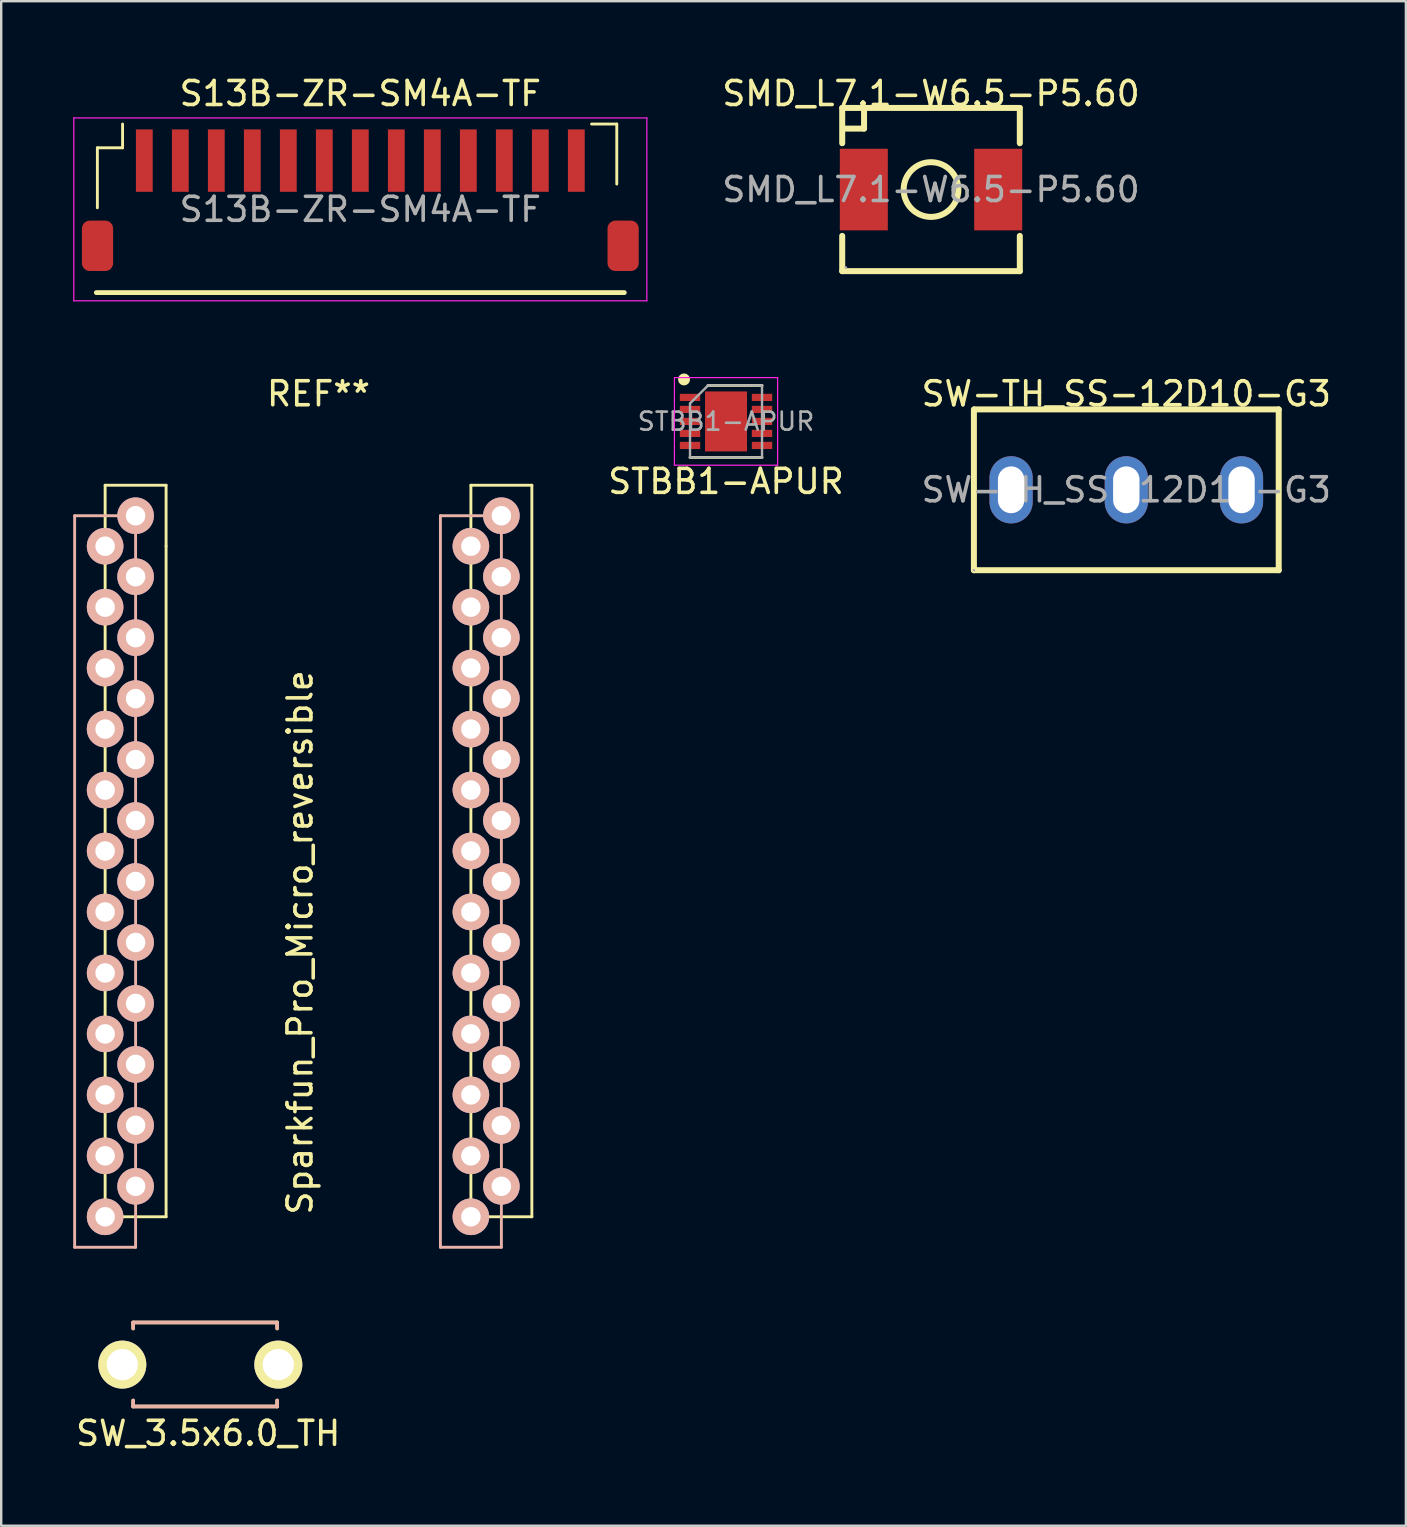
<source format=kicad_pcb>
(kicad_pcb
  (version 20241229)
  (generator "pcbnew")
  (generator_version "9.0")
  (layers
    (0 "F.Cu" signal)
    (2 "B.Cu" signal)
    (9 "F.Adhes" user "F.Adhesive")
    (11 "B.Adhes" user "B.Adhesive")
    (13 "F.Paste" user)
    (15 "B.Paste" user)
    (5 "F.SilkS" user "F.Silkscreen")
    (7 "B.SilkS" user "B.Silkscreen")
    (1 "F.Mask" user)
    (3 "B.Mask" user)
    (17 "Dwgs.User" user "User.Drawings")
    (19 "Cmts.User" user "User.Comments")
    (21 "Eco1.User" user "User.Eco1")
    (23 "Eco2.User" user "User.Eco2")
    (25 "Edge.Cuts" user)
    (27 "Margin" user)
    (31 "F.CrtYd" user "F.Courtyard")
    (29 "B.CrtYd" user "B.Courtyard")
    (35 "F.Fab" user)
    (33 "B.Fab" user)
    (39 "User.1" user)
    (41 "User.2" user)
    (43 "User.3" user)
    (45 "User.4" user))
  (footprint "SMD_L7.1-W6.5-P5.60"
    (layer "F.Cu")
    (at 35.741 4.848)
    (property "Reference" "SMD_L7.1-W6.5-P5.60" (at 0 -4 0) (layer "F.SilkS") (effects (font (size 1 1) (thickness 0.15))))
    (attr smd)
    (fp_line (start -3.7 -3.4) (end -3.7 -1.93) (stroke (width 0.25) (type solid)) (layer "F.SilkS"))
    (fp_line (start -3.7 -3.4) (end 3.7 -3.4) (stroke (width 0.25) (type solid)) (layer "F.SilkS"))
    (fp_line (start -3.7 1.93) (end -3.7 3.4) (stroke (width 0.25) (type solid)) (layer "F.SilkS"))
    (fp_line (start -2.79 -3.3) (end -2.79 -2.54) (stroke (width 0.25) (type solid)) (layer "F.SilkS"))
    (fp_line (start -2.79 -2.54) (end -3.56 -2.54) (stroke (width 0.25) (type solid)) (layer "F.SilkS"))
    (fp_line (start 3.7 -3.4) (end 3.7 -1.93) (stroke (width 0.25) (type solid)) (layer "F.SilkS"))
    (fp_line (start 3.7 1.93) (end 3.7 3.4) (stroke (width 0.25) (type solid)) (layer "F.SilkS"))
    (fp_line (start 3.7 3.4) (end -3.7 3.4) (stroke (width 0.25) (type solid)) (layer "F.SilkS"))
    (fp_circle (center 0 0) (end 1.14 0) (stroke (width 0.25) (type solid)) (fill no) (layer "F.SilkS"))
    (fp_circle (center -3.55 3.25) (end -3.52 3.25) (stroke (width 0.06) (type solid)) (fill no) (layer "F.Fab"))
    (fp_text user "${REFERENCE}" (at 0 0 0) (layer "F.Fab") (effects (font (size 1 1) (thickness 0.15))))
    (pad "1" smd rect (at -2.8 0) (size 2 3.4) (layers "F.Cu" "F.Mask" "F.Paste"))
    (pad "2" smd rect (at 2.8 0) (size 2 3.4) (layers "F.Cu" "F.Mask" "F.Paste")))
  (footprint "S13B-ZR-SM4A-TF"
    (layer "F.Cu")
    (at 11.963 5.674)
    (property "Reference" "S13B-ZR-SM4A-TF" (at 0 -4.826 0) (layer "F.SilkS") (effects (font (size 1 1) (thickness 0.15))))
    (attr smd)
    (fp_line (start -11 3.468) (end 11 3.468) (stroke (width 0.2) (type solid)) (layer "F.SilkS"))
    (fp_line (start -10.956 -2.566) (end -9.906 -2.566) (stroke (width 0.12) (type solid)) (layer "F.SilkS"))
    (fp_line (start -10.956 -0.066) (end -10.956 -2.566) (stroke (width 0.12) (type solid)) (layer "F.SilkS"))
    (fp_line (start -9.906 -2.566) (end -9.906 -3.556) (stroke (width 0.12) (type solid)) (layer "F.SilkS"))
    (fp_line (start 10.685 -3.556) (end 9.635 -3.556) (stroke (width 0.12) (type solid)) (layer "F.SilkS"))
    (fp_line (start 10.685 -1.056) (end 10.685 -3.556) (stroke (width 0.12) (type solid)) (layer "F.SilkS"))
    (fp_line (start -11.938 -3.81) (end -11.938 3.81) (stroke (width 0.05) (type solid)) (layer "F.CrtYd"))
    (fp_line (start -11.938 3.81) (end 11.938 3.81) (stroke (width 0.05) (type solid)) (layer "F.CrtYd"))
    (fp_line (start 11.938 -3.81) (end -11.938 -3.81) (stroke (width 0.05) (type solid)) (layer "F.CrtYd"))
    (fp_line (start 11.938 3.81) (end 11.938 -3.81) (stroke (width 0.05) (type solid)) (layer "F.CrtYd"))
    (fp_text user "${REFERENCE}" (at 0 0 0) (layer "F.Fab") (effects (font (size 1 1) (thickness 0.15))))
    (pad "1" smd rect (at -9 -2.032 180) (size 0.7 2.6) (layers "F.Cu" "F.Mask" "F.Paste"))
    (pad "2" smd rect (at -7.5 -2.032 180) (size 0.7 2.6) (layers "F.Cu" "F.Mask" "F.Paste"))
    (pad "3" smd rect (at -6 -2.032 180) (size 0.7 2.6) (layers "F.Cu" "F.Mask" "F.Paste"))
    (pad "4" smd rect (at -4.5 -2.032 180) (size 0.7 2.6) (layers "F.Cu" "F.Mask" "F.Paste"))
    (pad "5" smd rect (at -3 -2.032 180) (size 0.7 2.6) (layers "F.Cu" "F.Mask" "F.Paste"))
    (pad "6" smd rect (at -1.5 -2.032 180) (size 0.7 2.6) (layers "F.Cu" "F.Mask" "F.Paste"))
    (pad "7" smd rect (at 0 -2.032 180) (size 0.7 2.6) (layers "F.Cu" "F.Mask" "F.Paste"))
    (pad "8" smd rect (at 1.5 -2.032 180) (size 0.7 2.6) (layers "F.Cu" "F.Mask" "F.Paste"))
    (pad "9" smd rect (at 3 -2.032 180) (size 0.7 2.6) (layers "F.Cu" "F.Mask" "F.Paste"))
    (pad "10" smd rect (at 4.5 -2.032 180) (size 0.7 2.6) (layers "F.Cu" "F.Mask" "F.Paste"))
    (pad "11" smd rect (at 6 -2.032 180) (size 0.7 2.6) (layers "F.Cu" "F.Mask" "F.Paste"))
    (pad "12" smd rect (at 7.5 -2.032 180) (size 0.7 2.6) (layers "F.Cu" "F.Mask" "F.Paste"))
    (pad "13" smd rect (at 9 -2.032 180) (size 0.7 2.6) (layers "F.Cu" "F.Mask" "F.Paste"))
    (pad "MP" smd roundrect (at -10.95 1.518 180) (size 1.3 2.1) (layers "F.Cu" "F.Mask" "F.Paste") (roundrect_rratio 0.25))
    (pad "MP" smd roundrect (at 10.95 1.518 180) (size 1.3 2.1) (layers "F.Cu" "F.Mask" "F.Paste") (roundrect_rratio 0.25)))
  (footprint "SW-TH_SS-12D10-G3"
    (layer "F.Cu")
    (at 43.878 17.358)
    (property "Reference" "SW-TH_SS-12D10-G3" (at 0 -4 0) (layer "F.SilkS") (effects (font (size 1 1) (thickness 0.15))))
    (attr smd)
    (fp_line (start -6.35 -3.35) (end -6.35 3.35) (stroke (width 0.25) (type solid)) (layer "F.SilkS"))
    (fp_line (start -6.35 3.35) (end 6.35 3.35) (stroke (width 0.25) (type solid)) (layer "F.SilkS"))
    (fp_line (start 6.35 -3.35) (end -6.33 -3.35) (stroke (width 0.25) (type solid)) (layer "F.SilkS"))
    (fp_line (start 6.35 3.35) (end 6.35 -3.35) (stroke (width 0.25) (type solid)) (layer "F.SilkS"))
    (fp_circle (center -6.35 3.35) (end -6.32 3.35) (stroke (width 0.06) (type solid)) (fill no) (layer "F.Fab"))
    (fp_text user "${REFERENCE}" (at 0 0 0) (layer "F.Fab") (effects (font (size 1 1) (thickness 0.15))))
    (pad "1" thru_hole oval (at -4.8 0) (size 1.8 2.8) (drill oval 1.1 1.95) (layers "*.Cu" "*.Paste" "*.Mask"))
    (pad "2" thru_hole oval (at 0 0) (size 1.8 2.8) (drill oval 1.1 1.95) (layers "*.Cu" "*.Paste" "*.Mask"))
    (pad "3" thru_hole oval (at 4.8 0) (size 1.8 2.8) (drill oval 1.1 1.95) (layers "*.Cu" "*.Paste" "*.Mask")))
  (footprint "STBB1-APUR"
    (layer "F.Cu")
    (at 27.2 14.509)
    (property "Reference" "STBB1-APUR" (at 0 2.5 0) (layer "F.SilkS") (effects (font (size 1 1) (thickness 0.15))))
    (attr smd)
    (fp_line (start -1.5 1.5) (end 1.5 1.5) (stroke (width 0.12) (type default)) (layer "F.SilkS"))
    (fp_line (start -0.75 -1.5) (end 1.5 -1.5) (stroke (width 0.12) (type default)) (layer "F.SilkS"))
    (fp_circle (center -1.75 -1.75) (end -1.75 -1.625) (stroke (width 0.25) (type solid)) (fill no) (layer "F.SilkS"))
    (fp_line (start -2.15 -1.825) (end 2.15 -1.825) (stroke (width 0.05) (type solid)) (layer "F.CrtYd"))
    (fp_line (start -2.15 1.825) (end -2.15 -1.825) (stroke (width 0.05) (type solid)) (layer "F.CrtYd"))
    (fp_line (start 2.15 -1.825) (end 2.15 1.825) (stroke (width 0.05) (type solid)) (layer "F.CrtYd"))
    (fp_line (start 2.15 1.825) (end -2.15 1.825) (stroke (width 0.05) (type solid)) (layer "F.CrtYd"))
    (fp_line (start -1.5 -0.75) (end -0.75 -1.5) (stroke (width 0.1) (type solid)) (layer "F.Fab"))
    (fp_line (start -1.5 1.5) (end -1.5 -0.75) (stroke (width 0.1) (type solid)) (layer "F.Fab"))
    (fp_line (start -0.75 -1.5) (end 1.5 -1.5) (stroke (width 0.1) (type solid)) (layer "F.Fab"))
    (fp_line (start 1.5 -1.5) (end 1.5 1.5) (stroke (width 0.1) (type solid)) (layer "F.Fab"))
    (fp_line (start 1.5 1.5) (end -1.5 1.5) (stroke (width 0.1) (type solid)) (layer "F.Fab"))
    (fp_text user "${REFERENCE}" (at 0 0 0) (layer "F.Fab") (effects (font (size 0.75 0.75) (thickness 0.11))))
    (pad "" smd roundrect (at -0.425 -0.625) (size 0.69 1.01) (layers "F.Paste") (roundrect_rratio 0.25))
    (pad "" smd roundrect (at -0.425 0.625) (size 0.69 1.01) (layers "F.Paste") (roundrect_rratio 0.25))
    (pad "" smd roundrect (at 0.425 -0.625) (size 0.69 1.01) (layers "F.Paste") (roundrect_rratio 0.25))
    (pad "" smd roundrect (at 0.425 0.625) (size 0.69 1.01) (layers "F.Paste") (roundrect_rratio 0.25))
    (pad "1" smd rect (at -1.5 -1 90) (size 0.3 0.85) (layers "F.Cu" "F.Mask" "F.Paste"))
    (pad "2" smd rect (at -1.5 -0.5 90) (size 0.3 0.85) (layers "F.Cu" "F.Mask" "F.Paste"))
    (pad "3" smd rect (at -1.5 0 90) (size 0.3 0.85) (layers "F.Cu" "F.Mask" "F.Paste"))
    (pad "4" smd rect (at -1.5 0.5 90) (size 0.3 0.85) (layers "F.Cu" "F.Mask" "F.Paste"))
    (pad "5" smd rect (at -1.5 1 90) (size 0.3 0.85) (layers "F.Cu" "F.Mask" "F.Paste"))
    (pad "6" smd rect (at 1.5 1 90) (size 0.3 0.85) (layers "F.Cu" "F.Mask" "F.Paste"))
    (pad "7" smd rect (at 1.5 0.5 90) (size 0.3 0.85) (layers "F.Cu" "F.Mask" "F.Paste"))
    (pad "8" smd rect (at 1.5 0 90) (size 0.3 0.85) (layers "F.Cu" "F.Mask" "F.Paste"))
    (pad "9" smd rect (at 1.5 -0.5 90) (size 0.3 0.85) (layers "F.Cu" "F.Mask" "F.Paste"))
    (pad "10" smd rect (at 1.5 -1 90) (size 0.3 0.85) (layers "F.Cu" "F.Mask" "F.Paste"))
    (pad "11" smd rect (at 0 0) (size 1.75 2.5) (layers "F.Cu" "F.Mask" "F.Paste")))
  (footprint "SW_3.5x6.0_TH"
    (layer "F.Cu")
    (at 5.523 53.853)
    (property "Reference" "SW_3.5x6.0_TH" (at 0.102 2.819 0) (layer "F.SilkS") (effects (font (size 1 1) (thickness 0.15))))
    (attr through_hole)
    (fp_line (start -3.025 -1.801) (end -3.025 -1.551) (stroke (width 0.15) (type solid)) (layer "F.SilkS"))
    (fp_line (start -3.025 -1.801) (end 2.975 -1.801) (stroke (width 0.15) (type solid)) (layer "F.SilkS"))
    (fp_line (start -3.025 1.699) (end -3.025 1.449) (stroke (width 0.15) (type solid)) (layer "F.SilkS"))
    (fp_line (start -3.025 1.699) (end 2.975 1.699) (stroke (width 0.15) (type solid)) (layer "F.SilkS"))
    (fp_line (start 2.975 -1.801) (end 2.975 -1.551) (stroke (width 0.15) (type solid)) (layer "F.SilkS"))
    (fp_line (start 2.975 1.699) (end 2.975 1.449) (stroke (width 0.15) (type solid)) (layer "F.SilkS"))
    (fp_line (start -3.025 -1.801) (end 2.975 -1.801) (stroke (width 0.15) (type solid)) (layer "B.SilkS"))
    (fp_line (start -3.025 -1.551) (end -3.025 -1.801) (stroke (width 0.15) (type solid)) (layer "B.SilkS"))
    (fp_line (start -3.025 1.699) (end -3.025 1.449) (stroke (width 0.15) (type solid)) (layer "B.SilkS"))
    (fp_line (start 2.975 -1.801) (end 2.975 -1.551) (stroke (width 0.15) (type solid)) (layer "B.SilkS"))
    (fp_line (start 2.975 1.449) (end 2.975 1.699) (stroke (width 0.15) (type solid)) (layer "B.SilkS"))
    (fp_line (start 2.975 1.699) (end -3.025 1.699) (stroke (width 0.15) (type solid)) (layer "B.SilkS"))
    (pad "1" thru_hole circle (at -3.477 -0.046 180) (size 2 2) (drill 1.3) (layers "*.Cu" "*.Mask" "F.SilkS"))
    (pad "2" thru_hole circle (at 3.023 -0.046 180) (size 2 2) (drill 1.3) (layers "*.Cu" "*.Mask" "F.SilkS")))
  (footprint "Sparkfun_Pro_Micro_reversible"
    (layer "F.Cu")
    (at 10.22 33.678)
    (property "Reference" "Sparkfun_Pro_Micro_reversible" (at -0.77 2.54 90) (layer "F.SilkS") (effects (font (size 1 1) (thickness 0.15))))
    (attr through_hole)
    (fp_line (start -8.89 13.97) (end -8.89 -16.51) (stroke (width 0.12) (type solid)) (layer "F.SilkS"))
    (fp_line (start -6.35 -16.51) (end -8.89 -16.51) (stroke (width 0.12) (type solid)) (layer "F.SilkS"))
    (fp_line (start -6.35 -13.97) (end -6.35 -16.51) (stroke (width 0.12) (type solid)) (layer "F.SilkS"))
    (fp_line (start -6.35 -13.97) (end -6.35 13.97) (stroke (width 0.12) (type solid)) (layer "F.SilkS"))
    (fp_line (start -6.35 13.97) (end -8.89 13.97) (stroke (width 0.12) (type solid)) (layer "F.SilkS"))
    (fp_line (start 6.35 -16.51) (end 6.35 13.97) (stroke (width 0.12) (type solid)) (layer "F.SilkS"))
    (fp_line (start 6.35 -16.51) (end 8.89 -16.51) (stroke (width 0.12) (type solid)) (layer "F.SilkS"))
    (fp_line (start 6.35 13.97) (end 8.89 13.97) (stroke (width 0.12) (type solid)) (layer "F.SilkS"))
    (fp_line (start 8.89 -16.51) (end 8.89 13.97) (stroke (width 0.12) (type solid)) (layer "F.SilkS"))
    (fp_line (start -10.16 -15.24) (end -10.16 15.24) (stroke (width 0.12) (type solid)) (layer "B.SilkS"))
    (fp_line (start -10.16 15.24) (end -7.62 15.24) (stroke (width 0.12) (type solid)) (layer "B.SilkS"))
    (fp_line (start -7.62 -15.24) (end -10.16 -15.24) (stroke (width 0.12) (type solid)) (layer "B.SilkS"))
    (fp_line (start -7.62 15.24) (end -7.62 -15.24) (stroke (width 0.12) (type solid)) (layer "B.SilkS"))
    (fp_line (start 5.08 -15.24) (end 7.62 -15.24) (stroke (width 0.12) (type solid)) (layer "B.SilkS"))
    (fp_line (start 5.08 15.24) (end 5.08 -15.24) (stroke (width 0.12) (type solid)) (layer "B.SilkS"))
    (fp_line (start 7.62 -15.24) (end 7.62 15.24) (stroke (width 0.12) (type solid)) (layer "B.SilkS"))
    (fp_line (start 7.62 15.24) (end 5.08 15.24) (stroke (width 0.12) (type solid)) (layer "B.SilkS"))
    (fp_text user "REF**" (at 0 -20.32 0) (layer "F.SilkS") (effects (font (size 1 1) (thickness 0.15))))
    (pad "1" thru_hole circle (at -8.89 -13.97 180) (size 1.524 1.524) (drill 0.813) (layers "*.Cu" "*.Mask" "B.SilkS"))
    (pad "1" thru_hole circle (at 7.62 -15.24 180) (size 1.524 1.524) (drill 0.813) (layers "*.Cu" "*.Mask" "B.SilkS"))
    (pad "2" thru_hole circle (at -8.89 -11.43 180) (size 1.524 1.524) (drill 0.813) (layers "*.Cu" "*.Mask" "B.SilkS"))
    (pad "2" thru_hole circle (at 7.62 -12.7 180) (size 1.524 1.524) (drill 0.813) (layers "*.Cu" "*.Mask" "B.SilkS"))
    (pad "3" thru_hole circle (at -8.89 -8.89 180) (size 1.524 1.524) (drill 0.813) (layers "*.Cu" "*.Mask" "B.SilkS"))
    (pad "3" thru_hole circle (at 7.62 -10.16 180) (size 1.524 1.524) (drill 0.813) (layers "*.Cu" "*.Mask" "B.SilkS"))
    (pad "4" thru_hole circle (at -8.89 -6.35 180) (size 1.524 1.524) (drill 0.813) (layers "*.Cu" "*.Mask" "B.SilkS"))
    (pad "4" thru_hole circle (at 7.62 -7.62 180) (size 1.524 1.524) (drill 0.813) (layers "*.Cu" "*.Mask" "B.SilkS"))
    (pad "5" thru_hole circle (at -8.89 -3.81 180) (size 1.524 1.524) (drill 0.813) (layers "*.Cu" "*.Mask" "B.SilkS"))
    (pad "5" thru_hole circle (at 7.62 -5.08 180) (size 1.524 1.524) (drill 0.813) (layers "*.Cu" "*.Mask" "B.SilkS"))
    (pad "6" thru_hole circle (at -8.89 -1.27 180) (size 1.524 1.524) (drill 0.813) (layers "*.Cu" "*.Mask" "B.SilkS"))
    (pad "6" thru_hole circle (at 7.62 -2.54 180) (size 1.524 1.524) (drill 0.813) (layers "*.Cu" "*.Mask" "B.SilkS"))
    (pad "7" thru_hole circle (at -8.89 1.27 180) (size 1.524 1.524) (drill 0.813) (layers "*.Cu" "*.Mask" "B.SilkS"))
    (pad "7" thru_hole circle (at 7.62 0 180) (size 1.524 1.524) (drill 0.813) (layers "*.Cu" "*.Mask" "B.SilkS"))
    (pad "8" thru_hole circle (at -8.89 3.81 180) (size 1.524 1.524) (drill 0.813) (layers "*.Cu" "*.Mask" "B.SilkS"))
    (pad "8" thru_hole circle (at 7.62 2.54 180) (size 1.524 1.524) (drill 0.813) (layers "*.Cu" "*.Mask" "B.SilkS"))
    (pad "9" thru_hole circle (at -8.89 6.35 180) (size 1.524 1.524) (drill 0.813) (layers "*.Cu" "*.Mask" "B.SilkS"))
    (pad "9" thru_hole circle (at 7.62 5.08 180) (size 1.524 1.524) (drill 0.813) (layers "*.Cu" "*.Mask" "B.SilkS"))
    (pad "10" thru_hole circle (at -8.89 8.89 180) (size 1.524 1.524) (drill 0.813) (layers "*.Cu" "*.Mask" "B.SilkS"))
    (pad "10" thru_hole circle (at 7.62 7.62 180) (size 1.524 1.524) (drill 0.813) (layers "*.Cu" "*.Mask" "B.SilkS"))
    (pad "11" thru_hole circle (at -8.89 11.43 180) (size 1.524 1.524) (drill 0.813) (layers "*.Cu" "*.Mask" "B.SilkS"))
    (pad "11" thru_hole circle (at 7.62 10.16 180) (size 1.524 1.524) (drill 0.813) (layers "*.Cu" "*.Mask" "B.SilkS"))
    (pad "12" thru_hole circle (at -8.89 13.97 180) (size 1.524 1.524) (drill 0.813) (layers "*.Cu" "*.Mask" "B.SilkS"))
    (pad "12" thru_hole circle (at 7.62 12.7 180) (size 1.524 1.524) (drill 0.813) (layers "*.Cu" "*.Mask" "B.SilkS"))
    (pad "13" thru_hole circle (at -7.62 12.7 180) (size 1.524 1.524) (drill 0.813) (layers "*.Cu" "*.Mask" "B.SilkS"))
    (pad "13" thru_hole circle (at 6.35 13.97 180) (size 1.524 1.524) (drill 0.813) (layers "*.Cu" "*.Mask" "B.SilkS"))
    (pad "14" thru_hole circle (at -7.62 10.16 180) (size 1.524 1.524) (drill 0.813) (layers "*.Cu" "*.Mask" "B.SilkS"))
    (pad "14" thru_hole circle (at 6.35 11.43 180) (size 1.524 1.524) (drill 0.813) (layers "*.Cu" "*.Mask" "B.SilkS"))
    (pad "15" thru_hole circle (at -7.62 7.62 180) (size 1.524 1.524) (drill 0.813) (layers "*.Cu" "*.Mask" "B.SilkS"))
    (pad "15" thru_hole circle (at 6.35 8.89 180) (size 1.524 1.524) (drill 0.813) (layers "*.Cu" "*.Mask" "B.SilkS"))
    (pad "16" thru_hole circle (at -7.62 5.08 180) (size 1.524 1.524) (drill 0.813) (layers "*.Cu" "*.Mask" "B.SilkS"))
    (pad "16" thru_hole circle (at 6.35 6.35 180) (size 1.524 1.524) (drill 0.813) (layers "*.Cu" "*.Mask" "B.SilkS"))
    (pad "17" thru_hole circle (at -7.62 2.54 180) (size 1.524 1.524) (drill 0.813) (layers "*.Cu" "*.Mask" "B.SilkS"))
    (pad "17" thru_hole circle (at 6.35 3.81 180) (size 1.524 1.524) (drill 0.813) (layers "*.Cu" "*.Mask" "B.SilkS"))
    (pad "18" thru_hole circle (at -7.62 0 180) (size 1.524 1.524) (drill 0.813) (layers "*.Cu" "*.Mask" "B.SilkS"))
    (pad "18" thru_hole circle (at 6.35 1.27 180) (size 1.524 1.524) (drill 0.813) (layers "*.Cu" "*.Mask" "B.SilkS"))
    (pad "19" thru_hole circle (at -7.62 -2.54 180) (size 1.524 1.524) (drill 0.813) (layers "*.Cu" "*.Mask" "B.SilkS"))
    (pad "19" thru_hole circle (at 6.35 -1.27 180) (size 1.524 1.524) (drill 0.813) (layers "*.Cu" "*.Mask" "B.SilkS"))
    (pad "20" thru_hole circle (at -7.62 -5.08 180) (size 1.524 1.524) (drill 0.813) (layers "*.Cu" "*.Mask" "B.SilkS"))
    (pad "20" thru_hole circle (at 6.35 -3.81 180) (size 1.524 1.524) (drill 0.813) (layers "*.Cu" "*.Mask" "B.SilkS"))
    (pad "21" thru_hole circle (at -7.62 -7.62 180) (size 1.524 1.524) (drill 0.813) (layers "*.Cu" "*.Mask" "B.SilkS"))
    (pad "21" thru_hole circle (at 6.35 -6.35 180) (size 1.524 1.524) (drill 0.813) (layers "*.Cu" "*.Mask" "B.SilkS"))
    (pad "22" thru_hole circle (at -7.62 -10.16 180) (size 1.524 1.524) (drill 0.813) (layers "*.Cu" "*.Mask" "B.SilkS"))
    (pad "22" thru_hole circle (at 6.35 -8.89 180) (size 1.524 1.524) (drill 0.813) (layers "*.Cu" "*.Mask" "B.SilkS"))
    (pad "23" thru_hole circle (at -7.62 -12.7 180) (size 1.524 1.524) (drill 0.813) (layers "*.Cu" "*.Mask" "B.SilkS"))
    (pad "23" thru_hole circle (at 6.35 -11.43 180) (size 1.524 1.524) (drill 0.813) (layers "*.Cu" "*.Mask" "B.SilkS"))
    (pad "24" thru_hole circle (at -7.62 -15.24 180) (size 1.524 1.524) (drill 0.813) (layers "*.Cu" "*.Mask" "B.SilkS"))
    (pad "24" thru_hole circle (at 6.35 -13.97 180) (size 1.524 1.524) (drill 0.813) (layers "*.Cu" "*.Mask" "B.SilkS")))
  (gr_rect
    (start -3 -3)
    (end 55.527 60.521)
    (stroke (width 0.1) (type default))
    (fill no)
    (layer "Edge.Cuts")))
</source>
